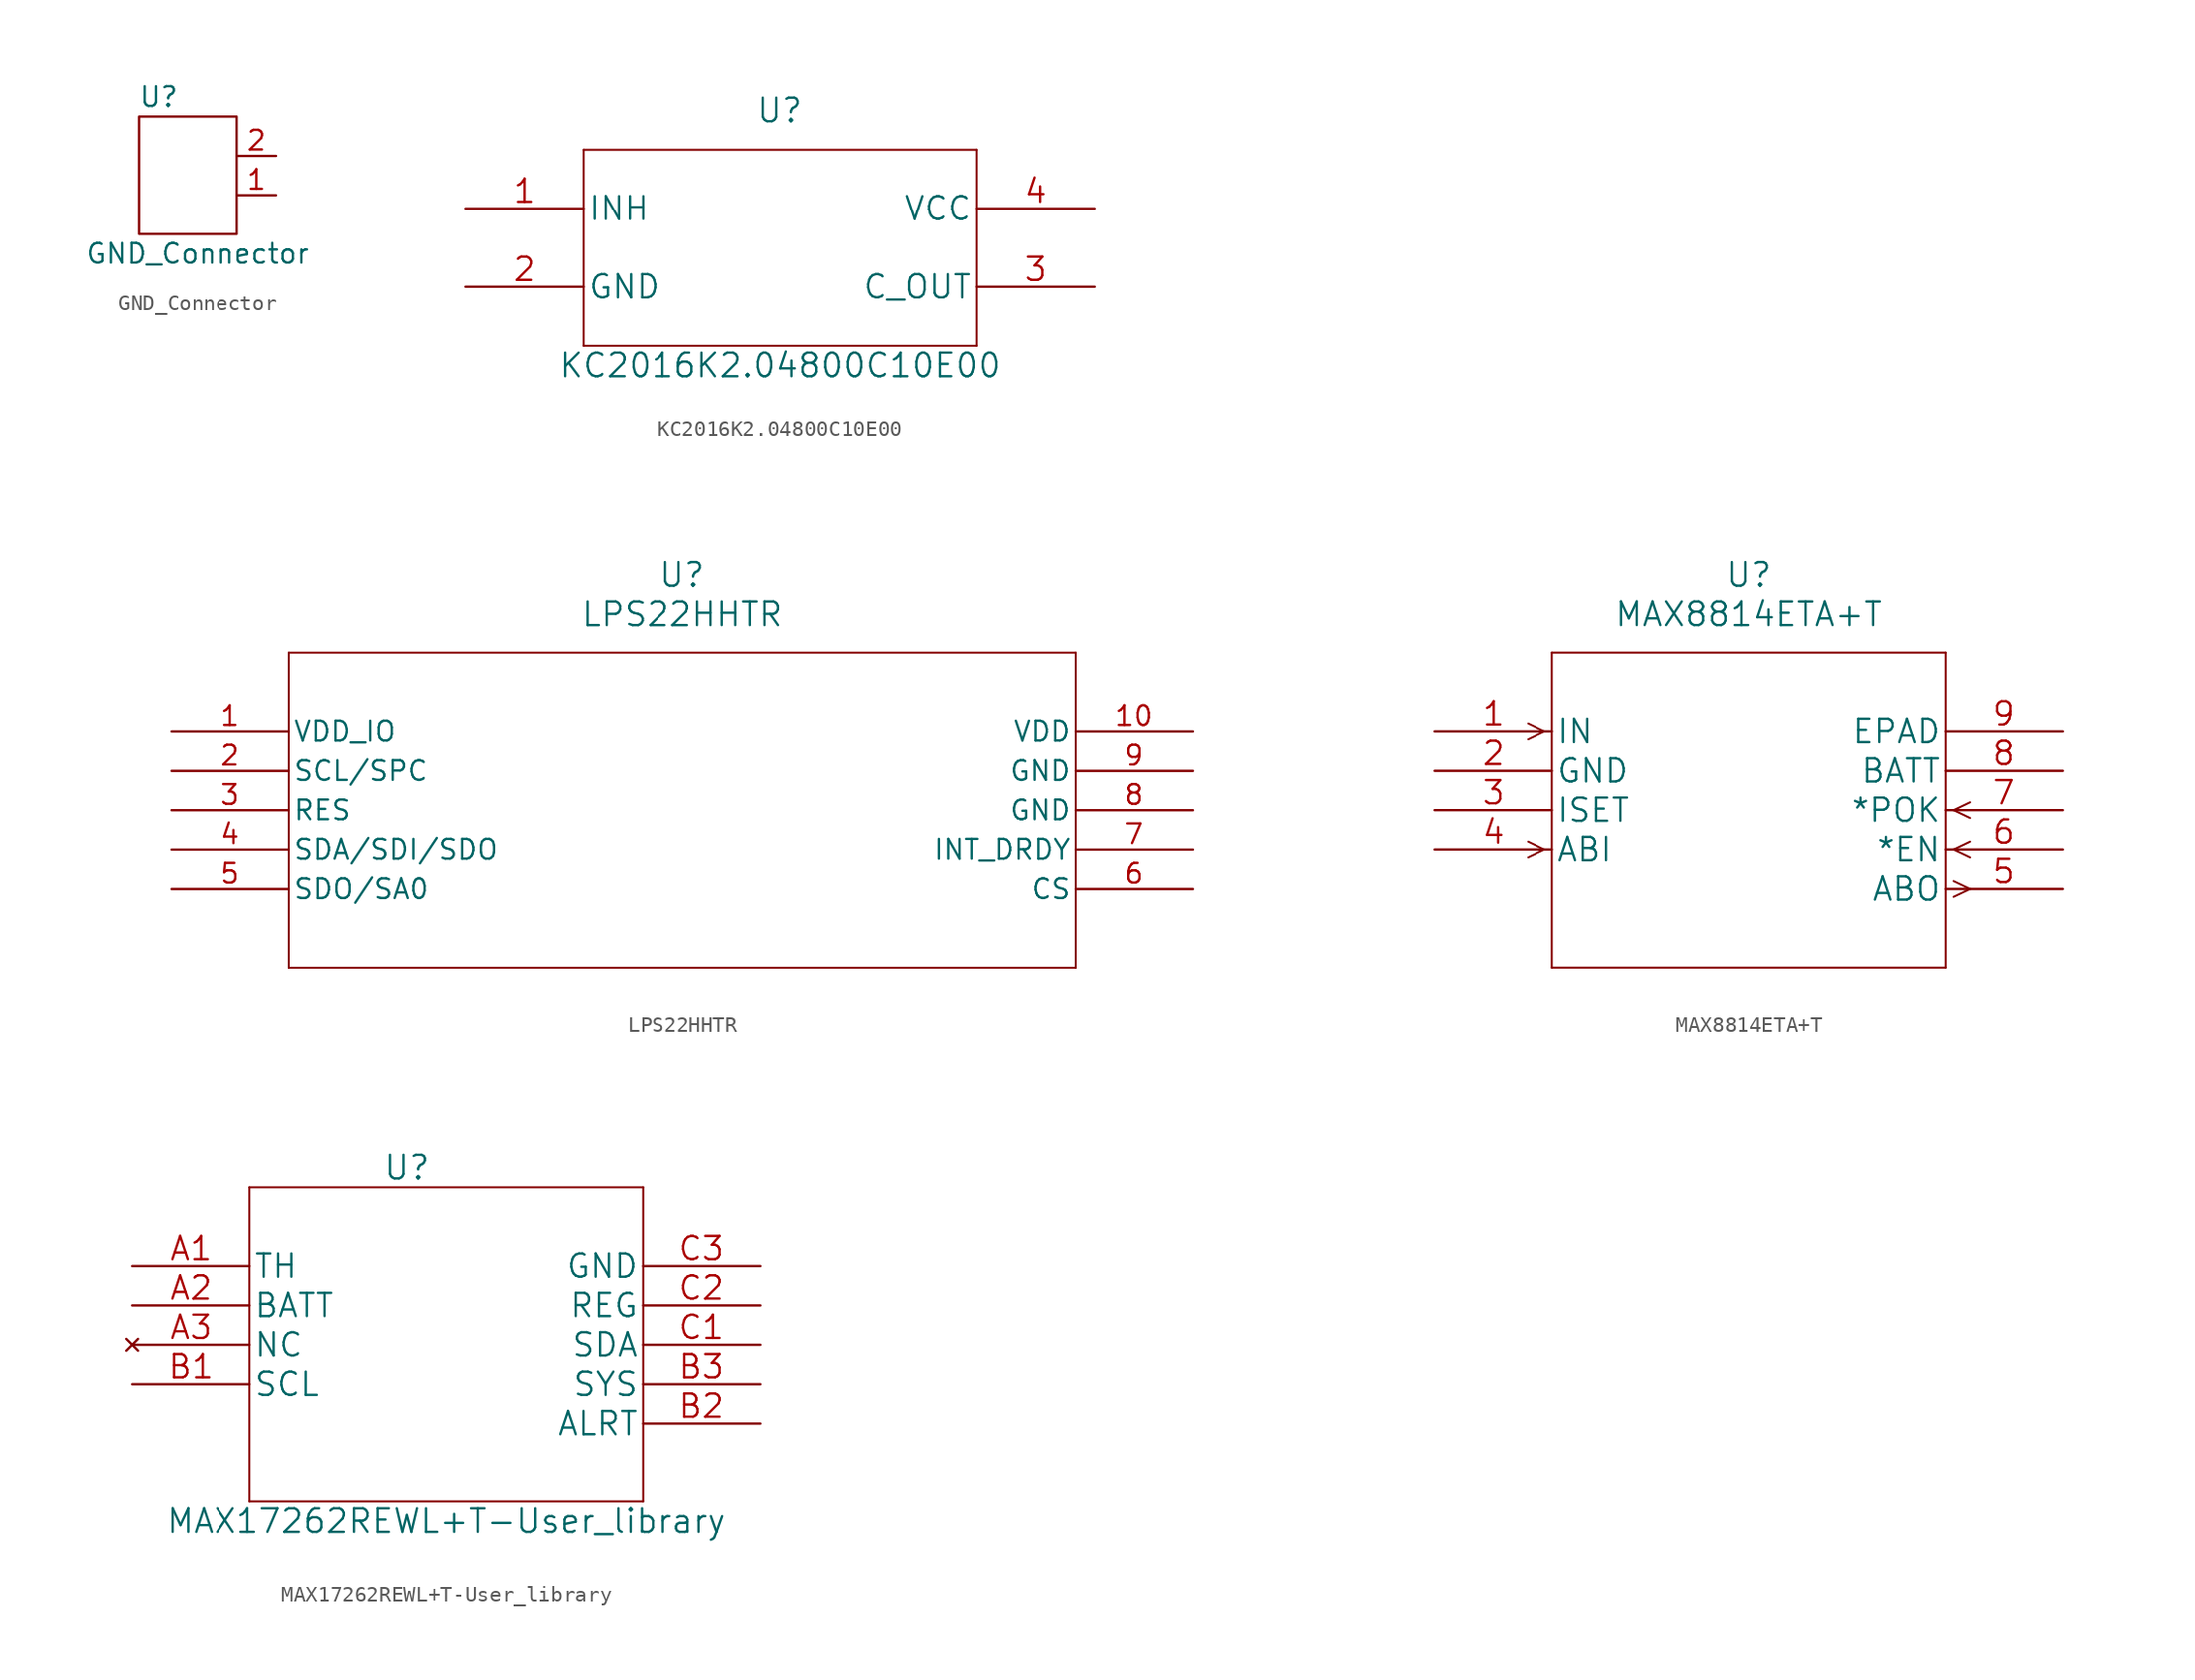
<source format=kicad_sym>
(kicad_symbol_lib
  (version 20211014)
  (generator kicad_symbol_editor)
  (symbol "GND_Connector"
    (pin_names
      (offset 1.016) hide)
    (property "Reference" "U"
      (at 1.27 8.89 0)
      (effects (font (size 1.27 1.27))))
    (property "Value" "GND_Connector"
      (at 3.81 -1.27 0)
      (effects (font (size 1.27 1.27))))
    (symbol "GND_Connector_0_1"
      (rectangle (start 0 0) (end 6.35 7.62) (stroke (width 0) (type default) (color 0 0 0 0)) (fill (type none))))
    (symbol "GND_Connector_1_1"
      (pin input line (at 8.89 2.54 180) (length 2.54) (name "1" (effects (font (size 1.27 1.27)))) (number "1" (effects (font (size 1.27 1.27)))))
      (pin input line (at 8.89 5.08 180) (length 2.54) (name "2" (effects (font (size 1.27 1.27)))) (number "2" (effects (font (size 1.27 1.27)))))))
  (symbol "KC2016K2.04800C10E00"
    (pin_names
      (offset 0.254))
    (property "Reference" "U"
      (at 20.32 7.62 0)
      (effects (font (size 1.524 1.524))))
    (property "Value" "KC2016K2.04800C10E00"
      (at 20.32 -8.89 0)
      (effects (font (size 1.524 1.524))))
    (property "Datasheet" ""
      (at 0 0 0)
      (effects (font (size 1.524 1.524))))
    (symbol "KC2016K2.04800C10E00_1_1"
      (polyline (pts (xy 7.62 -7.62) (xy 33.02 -7.62)) (stroke (width 0.127) (type default) (color 0 0 0 0)) (fill (type none)))
      (polyline (pts (xy 7.62 5.08) (xy 7.62 -7.62)) (stroke (width 0.127) (type default) (color 0 0 0 0)) (fill (type none)))
      (polyline (pts (xy 33.02 -7.62) (xy 33.02 5.08)) (stroke (width 0.127) (type default) (color 0 0 0 0)) (fill (type none)))
      (polyline (pts (xy 33.02 5.08) (xy 7.62 5.08)) (stroke (width 0.127) (type default) (color 0 0 0 0)) (fill (type none)))
      (pin input line (at 0 1.27 0) (length 7.62) (name "INH" (effects (font (size 1.499 1.499)))) (number "1" (effects (font (size 1.499 1.499)))))
      (pin unspecified line (at 0 -3.81 0) (length 7.62) (name "GND" (effects (font (size 1.499 1.499)))) (number "2" (effects (font (size 1.499 1.499)))))
      (pin output line (at 40.64 -3.81 180) (length 7.62) (name "C_OUT" (effects (font (size 1.499 1.499)))) (number "3" (effects (font (size 1.499 1.499)))))
      (pin unspecified line (at 40.64 1.27 180) (length 7.62) (name "VCC" (effects (font (size 1.499 1.499)))) (number "4" (effects (font (size 1.499 1.499)))))))
  (symbol "LPS22HHTR"
    (pin_names
      (offset 0.254))
    (property "Reference" "U"
      (at 33.02 10.16 0)
      (effects (font (size 1.524 1.524))))
    (property "Value" "LPS22HHTR"
      (at 33.02 7.62 0)
      (effects (font (size 1.524 1.524))))
    (symbol "LPS22HHTR_0_1"
      (polyline (pts (xy 7.62 -15.24) (xy 58.42 -15.24)) (stroke (width 0.127) (type default) (color 0 0 0 0)) (fill (type none)))
      (polyline (pts (xy 7.62 5.08) (xy 7.62 -15.24)) (stroke (width 0.127) (type default) (color 0 0 0 0)) (fill (type none)))
      (polyline (pts (xy 58.42 -15.24) (xy 58.42 5.08)) (stroke (width 0.127) (type default) (color 0 0 0 0)) (fill (type none)))
      (polyline (pts (xy 58.42 5.08) (xy 7.62 5.08)) (stroke (width 0.127) (type default) (color 0 0 0 0)) (fill (type none)))
      (pin power_in line (at 0 0 0) (length 7.62) (name "VDD_IO" (effects (font (size 1.27 1.27)))) (number "1" (effects (font (size 1.27 1.27)))))
      (pin power_in line (at 66.04 0 180) (length 7.62) (name "VDD" (effects (font (size 1.27 1.27)))) (number "10" (effects (font (size 1.27 1.27)))))
      (pin unspecified line (at 0 -2.54 0) (length 7.62) (name "SCL/SPC" (effects (font (size 1.27 1.27)))) (number "2" (effects (font (size 1.27 1.27)))))
      (pin unspecified line (at 0 -5.08 0) (length 7.62) (name "RES" (effects (font (size 1.27 1.27)))) (number "3" (effects (font (size 1.27 1.27)))))
      (pin unspecified line (at 0 -7.62 0) (length 7.62) (name "SDA/SDI/SDO" (effects (font (size 1.27 1.27)))) (number "4" (effects (font (size 1.27 1.27)))))
      (pin unspecified line (at 0 -10.16 0) (length 7.62) (name "SDO/SA0" (effects (font (size 1.27 1.27)))) (number "5" (effects (font (size 1.27 1.27)))))
      (pin unspecified line (at 66.04 -10.16 180) (length 7.62) (name "CS" (effects (font (size 1.27 1.27)))) (number "6" (effects (font (size 1.27 1.27)))))
      (pin unspecified line (at 66.04 -7.62 180) (length 7.62) (name "INT_DRDY" (effects (font (size 1.27 1.27)))) (number "7" (effects (font (size 1.27 1.27)))))
      (pin power_out line (at 66.04 -5.08 180) (length 7.62) (name "GND" (effects (font (size 1.27 1.27)))) (number "8" (effects (font (size 1.27 1.27)))))
      (pin power_out line (at 66.04 -2.54 180) (length 7.62) (name "GND" (effects (font (size 1.27 1.27)))) (number "9" (effects (font (size 1.27 1.27)))))))
  (symbol "MAX8814ETA+T"
    (pin_names
      (offset 0.254))
    (property "Reference" "U"
      (at 20.32 10.16 0)
      (effects (font (size 1.524 1.524))))
    (property "Value" "MAX8814ETA+T"
      (at 20.32 7.62 0)
      (effects (font (size 1.524 1.524))))
    (property "Datasheet" ""
      (at 0 0 0)
      (effects (font (size 1.524 1.524))))
    (symbol "MAX8814ETA+T_1_1"
      (polyline (pts (xy 7.112 -7.62) (xy 6.045 -8.128)) (stroke (width 0.127) (type default) (color 0 0 0 0)) (fill (type none)))
      (polyline (pts (xy 7.112 -7.62) (xy 6.045 -7.112)) (stroke (width 0.127) (type default) (color 0 0 0 0)) (fill (type none)))
      (polyline (pts (xy 7.112 0) (xy 6.045 -0.508)) (stroke (width 0.127) (type default) (color 0 0 0 0)) (fill (type none)))
      (polyline (pts (xy 7.112 0) (xy 6.045 0.508)) (stroke (width 0.127) (type default) (color 0 0 0 0)) (fill (type none)))
      (polyline (pts (xy 7.62 -15.24) (xy 33.02 -15.24)) (stroke (width 0.127) (type default) (color 0 0 0 0)) (fill (type none)))
      (polyline (pts (xy 7.62 5.08) (xy 7.62 -15.24)) (stroke (width 0.127) (type default) (color 0 0 0 0)) (fill (type none)))
      (polyline (pts (xy 33.02 -15.24) (xy 33.02 5.08)) (stroke (width 0.127) (type default) (color 0 0 0 0)) (fill (type none)))
      (polyline (pts (xy 33.02 5.08) (xy 7.62 5.08)) (stroke (width 0.127) (type default) (color 0 0 0 0)) (fill (type none)))
      (polyline (pts (xy 33.528 -10.668) (xy 34.595 -10.16)) (stroke (width 0.127) (type default) (color 0 0 0 0)) (fill (type none)))
      (polyline (pts (xy 33.528 -9.652) (xy 34.595 -10.16)) (stroke (width 0.127) (type default) (color 0 0 0 0)) (fill (type none)))
      (polyline (pts (xy 33.528 -7.62) (xy 34.595 -8.128)) (stroke (width 0.127) (type default) (color 0 0 0 0)) (fill (type none)))
      (polyline (pts (xy 33.528 -7.62) (xy 34.595 -7.112)) (stroke (width 0.127) (type default) (color 0 0 0 0)) (fill (type none)))
      (polyline (pts (xy 33.528 -5.08) (xy 34.595 -5.588)) (stroke (width 0.127) (type default) (color 0 0 0 0)) (fill (type none)))
      (polyline (pts (xy 33.528 -5.08) (xy 34.595 -4.572)) (stroke (width 0.127) (type default) (color 0 0 0 0)) (fill (type none)))
      (pin input line (at 0 0 0) (length 7.62) (name "IN" (effects (font (size 1.499 1.499)))) (number "1" (effects (font (size 1.499 1.499)))))
      (pin power_in line (at 0 -2.54 0) (length 7.62) (name "GND" (effects (font (size 1.499 1.499)))) (number "2" (effects (font (size 1.499 1.499)))))
      (pin unspecified line (at 0 -5.08 0) (length 7.62) (name "ISET" (effects (font (size 1.499 1.499)))) (number "3" (effects (font (size 1.499 1.499)))))
      (pin input line (at 0 -7.62 0) (length 7.62) (name "ABI" (effects (font (size 1.499 1.499)))) (number "4" (effects (font (size 1.499 1.499)))))
      (pin output line (at 40.64 -10.16 180) (length 7.62) (name "ABO" (effects (font (size 1.499 1.499)))) (number "5" (effects (font (size 1.499 1.499)))))
      (pin input line (at 40.64 -7.62 180) (length 7.62) (name "*EN" (effects (font (size 1.499 1.499)))) (number "6" (effects (font (size 1.499 1.499)))))
      (pin input line (at 40.64 -5.08 180) (length 7.62) (name "*POK" (effects (font (size 1.499 1.499)))) (number "7" (effects (font (size 1.499 1.499)))))
      (pin power_in line (at 40.64 -2.54 180) (length 7.62) (name "BATT" (effects (font (size 1.499 1.499)))) (number "8" (effects (font (size 1.499 1.499)))))
      (pin unspecified line (at 40.64 0 180) (length 7.62) (name "EPAD" (effects (font (size 1.499 1.499)))) (number "9" (effects (font (size 1.499 1.499)))))))
  (symbol "MAX17262REWL+T-User_library"
    (pin_names
      (offset 0.254))
    (property "Reference" "U"
      (at 17.78 6.35 0)
      (effects (font (size 1.524 1.524))))
    (property "Value" "MAX17262REWL+T-User_library"
      (at 20.32 -16.51 0)
      (effects (font (size 1.524 1.524))))
    (property "Datasheet" ""
      (at 0 0 0)
      (effects (font (size 1.524 1.524))))
    (symbol "MAX17262REWL+T-User_library_1_1"
      (polyline (pts (xy 7.62 -15.24) (xy 33.02 -15.24)) (stroke (width 0.127) (type default) (color 0 0 0 0)) (fill (type none)))
      (polyline (pts (xy 7.62 5.08) (xy 7.62 -15.24)) (stroke (width 0.127) (type default) (color 0 0 0 0)) (fill (type none)))
      (polyline (pts (xy 33.02 -15.24) (xy 33.02 5.08)) (stroke (width 0.127) (type default) (color 0 0 0 0)) (fill (type none)))
      (polyline (pts (xy 33.02 5.08) (xy 7.62 5.08)) (stroke (width 0.127) (type default) (color 0 0 0 0)) (fill (type none)))
      (pin input line (at 0 0 0) (length 7.62) (name "TH" (effects (font (size 1.499 1.499)))) (number "A1" (effects (font (size 1.499 1.499)))))
      (pin unspecified line (at 0 -2.54 0) (length 7.62) (name "BATT" (effects (font (size 1.499 1.499)))) (number "A2" (effects (font (size 1.499 1.499)))))
      (pin no_connect line (at 0 -5.08 0) (length 7.62) (name "NC" (effects (font (size 1.499 1.499)))) (number "A3" (effects (font (size 1.499 1.499)))))
      (pin input line (at 0 -7.62 0) (length 7.62) (name "SCL" (effects (font (size 1.499 1.499)))) (number "B1" (effects (font (size 1.499 1.499)))))
      (pin output line (at 40.64 -10.16 180) (length 7.62) (name "ALRT" (effects (font (size 1.499 1.499)))) (number "B2" (effects (font (size 1.499 1.499)))))
      (pin unspecified line (at 40.64 -7.62 180) (length 7.62) (name "SYS" (effects (font (size 1.499 1.499)))) (number "B3" (effects (font (size 1.499 1.499)))))
      (pin bidirectional line (at 40.64 -5.08 180) (length 7.62) (name "SDA" (effects (font (size 1.499 1.499)))) (number "C1" (effects (font (size 1.499 1.499)))))
      (pin output line (at 40.64 -2.54 180) (length 7.62) (name "REG" (effects (font (size 1.499 1.499)))) (number "C2" (effects (font (size 1.499 1.499)))))
      (pin power_in line (at 40.64 0 180) (length 7.62) (name "GND" (effects (font (size 1.499 1.499)))) (number "C3" (effects (font (size 1.499 1.499))))))))
</source>
